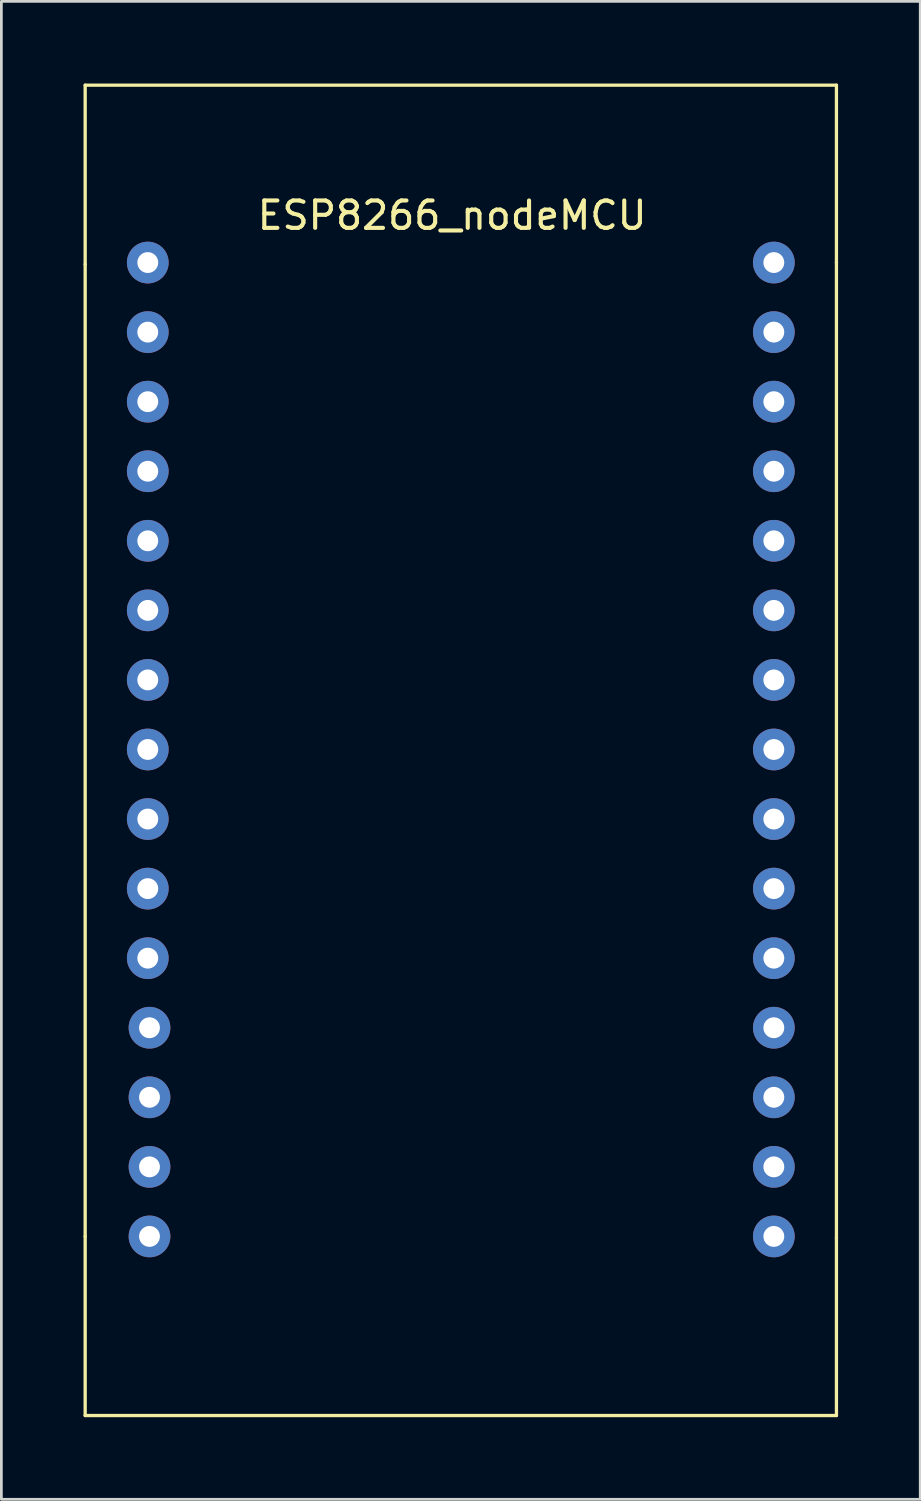
<source format=kicad_pcb>
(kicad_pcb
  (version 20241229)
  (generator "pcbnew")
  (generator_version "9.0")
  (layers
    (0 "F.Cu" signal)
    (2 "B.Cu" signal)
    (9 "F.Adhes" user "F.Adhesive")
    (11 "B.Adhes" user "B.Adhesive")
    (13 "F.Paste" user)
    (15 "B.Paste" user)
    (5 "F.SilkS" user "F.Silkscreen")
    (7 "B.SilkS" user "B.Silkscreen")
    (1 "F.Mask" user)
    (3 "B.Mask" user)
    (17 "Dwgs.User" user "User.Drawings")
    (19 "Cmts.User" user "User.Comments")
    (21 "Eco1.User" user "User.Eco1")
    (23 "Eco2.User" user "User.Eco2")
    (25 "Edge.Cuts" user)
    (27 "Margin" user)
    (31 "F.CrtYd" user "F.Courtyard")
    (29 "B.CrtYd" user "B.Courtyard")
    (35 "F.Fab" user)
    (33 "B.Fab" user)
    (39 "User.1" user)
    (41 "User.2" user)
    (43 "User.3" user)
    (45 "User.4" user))
  (footprint "ESP8266_nodeMCU"
    (layer "F.Cu")
    (at 13.776 6.537)
    (property "Reference" "ESP8266_nodeMCU" (at -0.318 -1.722 0) (layer "F.SilkS") (effects (font (size 1 1) (thickness 0.15))))
    (attr through_hole)
    (fp_line (start -13.716 0.064) (end -13.716 -6.477) (stroke (width 0.12) (type solid)) (layer "F.SilkS"))
    (fp_line (start -13.716 35.56) (end -13.716 0.064) (stroke (width 0.12) (type solid)) (layer "F.SilkS"))
    (fp_line (start -13.716 35.56) (end -13.716 42.1) (stroke (width 0.12) (type solid)) (layer "F.SilkS"))
    (fp_line (start 13.716 -6.477) (end -13.716 -6.477) (stroke (width 0.12) (type solid)) (layer "F.SilkS"))
    (fp_line (start 13.716 0) (end 13.716 -6.477) (stroke (width 0.12) (type solid)) (layer "F.SilkS"))
    (fp_line (start 13.716 35.623) (end 13.716 0) (stroke (width 0.12) (type solid)) (layer "F.SilkS"))
    (fp_line (start 13.716 35.623) (end 13.716 42.1) (stroke (width 0.12) (type solid)) (layer "F.SilkS"))
    (fp_line (start 13.716 42.1) (end -13.716 42.1) (stroke (width 0.12) (type solid)) (layer "F.SilkS"))
    (pad "1" thru_hole circle (at -11.43 0) (size 1.524 1.524) (drill 0.762) (layers "*.Cu" "*.Mask"))
    (pad "2" thru_hole circle (at 11.43 0) (size 1.524 1.524) (drill 0.762) (layers "*.Cu" "*.Mask"))
    (pad "3" thru_hole circle (at -11.43 2.54) (size 1.524 1.524) (drill 0.762) (layers "*.Cu" "*.Mask"))
    (pad "4" thru_hole circle (at -11.43 5.08) (size 1.524 1.524) (drill 0.762) (layers "*.Cu" "*.Mask"))
    (pad "5" thru_hole circle (at -11.43 7.62) (size 1.524 1.524) (drill 0.762) (layers "*.Cu" "*.Mask"))
    (pad "6" thru_hole circle (at -11.43 10.16) (size 1.524 1.524) (drill 0.762) (layers "*.Cu" "*.Mask"))
    (pad "7" thru_hole circle (at -11.43 12.7) (size 1.524 1.524) (drill 0.762) (layers "*.Cu" "*.Mask"))
    (pad "8" thru_hole circle (at -11.43 15.24) (size 1.524 1.524) (drill 0.762) (layers "*.Cu" "*.Mask"))
    (pad "9" thru_hole circle (at -11.43 17.78) (size 1.524 1.524) (drill 0.762) (layers "*.Cu" "*.Mask"))
    (pad "10" thru_hole circle (at -11.43 20.32) (size 1.524 1.524) (drill 0.762) (layers "*.Cu" "*.Mask"))
    (pad "11" thru_hole circle (at -11.43 22.86) (size 1.524 1.524) (drill 0.762) (layers "*.Cu" "*.Mask"))
    (pad "12" thru_hole circle (at -11.43 25.4) (size 1.524 1.524) (drill 0.762) (layers "*.Cu" "*.Mask"))
    (pad "13" thru_hole circle (at -11.367 27.94) (size 1.524 1.524) (drill 0.762) (layers "*.Cu" "*.Mask"))
    (pad "14" thru_hole circle (at -11.367 30.48) (size 1.524 1.524) (drill 0.762) (layers "*.Cu" "*.Mask"))
    (pad "15" thru_hole circle (at -11.367 33.02) (size 1.524 1.524) (drill 0.762) (layers "*.Cu" "*.Mask"))
    (pad "16" thru_hole circle (at -11.367 35.56) (size 1.524 1.524) (drill 0.762) (layers "*.Cu" "*.Mask"))
    (pad "17" thru_hole circle (at 11.43 2.54) (size 1.524 1.524) (drill 0.762) (layers "*.Cu" "*.Mask"))
    (pad "18" thru_hole circle (at 11.43 5.08) (size 1.524 1.524) (drill 0.762) (layers "*.Cu" "*.Mask"))
    (pad "19" thru_hole circle (at 11.43 7.62) (size 1.524 1.524) (drill 0.762) (layers "*.Cu" "*.Mask"))
    (pad "20" thru_hole circle (at 11.43 10.16) (size 1.524 1.524) (drill 0.762) (layers "*.Cu" "*.Mask"))
    (pad "21" thru_hole circle (at 11.43 12.7) (size 1.524 1.524) (drill 0.762) (layers "*.Cu" "*.Mask"))
    (pad "22" thru_hole circle (at 11.43 15.24) (size 1.524 1.524) (drill 0.762) (layers "*.Cu" "*.Mask"))
    (pad "23" thru_hole circle (at 11.43 17.78) (size 1.524 1.524) (drill 0.762) (layers "*.Cu" "*.Mask"))
    (pad "24" thru_hole circle (at 11.43 20.32) (size 1.524 1.524) (drill 0.762) (layers "*.Cu" "*.Mask"))
    (pad "25" thru_hole circle (at 11.43 22.86) (size 1.524 1.524) (drill 0.762) (layers "*.Cu" "*.Mask"))
    (pad "26" thru_hole circle (at 11.43 25.4) (size 1.524 1.524) (drill 0.762) (layers "*.Cu" "*.Mask"))
    (pad "27" thru_hole circle (at 11.43 27.94) (size 1.524 1.524) (drill 0.762) (layers "*.Cu" "*.Mask"))
    (pad "28" thru_hole circle (at 11.43 30.48) (size 1.524 1.524) (drill 0.762) (layers "*.Cu" "*.Mask"))
    (pad "29" thru_hole circle (at 11.43 33.02) (size 1.524 1.524) (drill 0.762) (layers "*.Cu" "*.Mask"))
    (pad "30" thru_hole circle (at 11.43 35.56) (size 1.524 1.524) (drill 0.762) (layers "*.Cu" "*.Mask")))
  (gr_rect
    (start -3 -3)
    (end 30.552 51.697)
    (stroke (width 0.1) (type default))
    (fill no)
    (layer "Edge.Cuts")))
</source>
